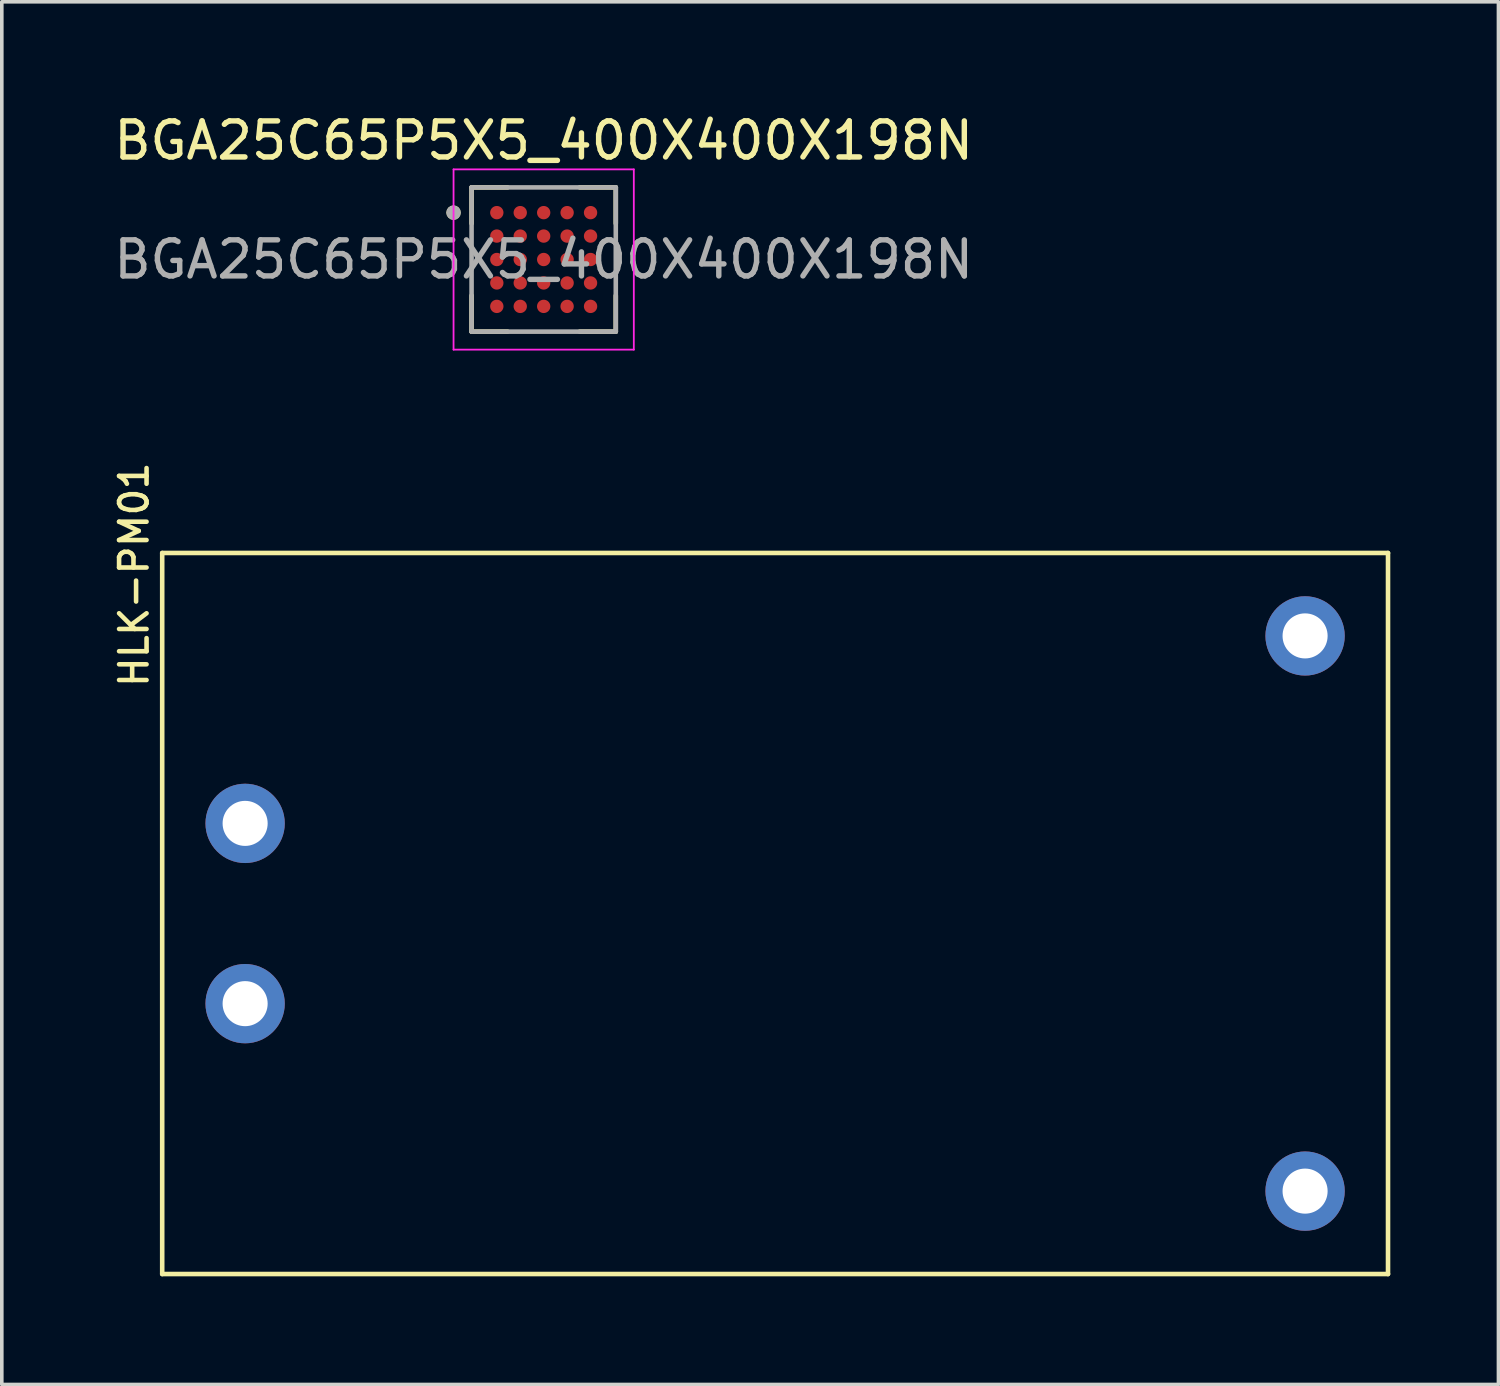
<source format=kicad_pcb>
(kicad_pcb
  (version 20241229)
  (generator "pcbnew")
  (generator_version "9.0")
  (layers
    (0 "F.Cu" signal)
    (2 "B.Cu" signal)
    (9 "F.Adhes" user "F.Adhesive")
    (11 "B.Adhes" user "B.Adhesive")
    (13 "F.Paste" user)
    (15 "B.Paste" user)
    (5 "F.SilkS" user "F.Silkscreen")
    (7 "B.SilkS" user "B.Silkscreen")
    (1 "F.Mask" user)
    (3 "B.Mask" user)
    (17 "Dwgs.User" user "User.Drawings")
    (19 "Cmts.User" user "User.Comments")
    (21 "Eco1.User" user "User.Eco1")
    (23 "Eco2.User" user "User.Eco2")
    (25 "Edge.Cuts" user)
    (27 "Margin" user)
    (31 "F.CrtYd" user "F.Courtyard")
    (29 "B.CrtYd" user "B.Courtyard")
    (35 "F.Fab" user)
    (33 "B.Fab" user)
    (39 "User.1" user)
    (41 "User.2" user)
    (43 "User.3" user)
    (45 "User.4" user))
  (footprint "BGA25C65P5X5_400X400X198N"
    (layer "F.Cu")
    (at 12.03 4.148)
    (property "Reference" "BGA25C65P5X5_400X400X198N" (at 0 -3.3 0) (layer "F.SilkS") (effects (font (size 1 1) (thickness 0.15))))
    (attr smd)
    (fp_line (start -2 -2) (end -2 -1) (stroke (width 0.127) (type solid)) (layer "F.SilkS"))
    (fp_line (start -2 -2) (end -1 -2) (stroke (width 0.127) (type solid)) (layer "F.SilkS"))
    (fp_line (start -2 2) (end -2 1) (stroke (width 0.127) (type solid)) (layer "F.SilkS"))
    (fp_line (start -2 2) (end -1 2) (stroke (width 0.127) (type solid)) (layer "F.SilkS"))
    (fp_line (start 2 -2) (end 1 -2) (stroke (width 0.127) (type solid)) (layer "F.SilkS"))
    (fp_line (start 2 -2) (end 2 -1) (stroke (width 0.127) (type solid)) (layer "F.SilkS"))
    (fp_line (start 2 2) (end 1 2) (stroke (width 0.127) (type solid)) (layer "F.SilkS"))
    (fp_line (start 2 2) (end 2 1) (stroke (width 0.127) (type solid)) (layer "F.SilkS"))
    (fp_circle (center -2.5 -1.3) (end -2.4 -1.3) (stroke (width 0.2) (type solid)) (fill no) (layer "F.SilkS"))
    (fp_line (start -2.5 -2.5) (end 2.5 -2.5) (stroke (width 0.05) (type solid)) (layer "F.CrtYd"))
    (fp_line (start -2.5 2.5) (end -2.5 -2.5) (stroke (width 0.05) (type solid)) (layer "F.CrtYd"))
    (fp_line (start -2.5 2.5) (end 2.5 2.5) (stroke (width 0.05) (type solid)) (layer "F.CrtYd"))
    (fp_line (start 2.5 2.5) (end 2.5 -2.5) (stroke (width 0.05) (type solid)) (layer "F.CrtYd"))
    (fp_line (start -2 2) (end -2 -2) (stroke (width 0.127) (type solid)) (layer "F.Fab"))
    (fp_line (start 2 -2) (end -2 -2) (stroke (width 0.127) (type solid)) (layer "F.Fab"))
    (fp_line (start 2 2) (end -2 2) (stroke (width 0.127) (type solid)) (layer "F.Fab"))
    (fp_line (start 2 2) (end 2 -2) (stroke (width 0.127) (type solid)) (layer "F.Fab"))
    (fp_circle (center -2.5 -1.3) (end -2.4 -1.3) (stroke (width 0.2) (type solid)) (fill no) (layer "F.Fab"))
    (fp_text user "${REFERENCE}" (at 0 0 0) (layer "F.Fab") (effects (font (size 1 1) (thickness 0.15))))
    (pad "A1" smd circle (at -1.3 -1.3) (size 0.37 0.37) (layers "F.Cu" "F.Mask" "F.Paste"))
    (pad "A2" smd circle (at -0.65 -1.3) (size 0.37 0.37) (layers "F.Cu" "F.Mask" "F.Paste"))
    (pad "A3" smd circle (at 0 -1.3) (size 0.37 0.37) (layers "F.Cu" "F.Mask" "F.Paste"))
    (pad "A4" smd circle (at 0.65 -1.3) (size 0.37 0.37) (layers "F.Cu" "F.Mask" "F.Paste"))
    (pad "A5" smd circle (at 1.3 -1.3) (size 0.37 0.37) (layers "F.Cu" "F.Mask" "F.Paste"))
    (pad "B1" smd circle (at -1.3 -0.65) (size 0.37 0.37) (layers "F.Cu" "F.Mask" "F.Paste"))
    (pad "B2" smd circle (at -0.65 -0.65) (size 0.37 0.37) (layers "F.Cu" "F.Mask" "F.Paste"))
    (pad "B3" smd circle (at 0 -0.65) (size 0.37 0.37) (layers "F.Cu" "F.Mask" "F.Paste"))
    (pad "B4" smd circle (at 0.65 -0.65) (size 0.37 0.37) (layers "F.Cu" "F.Mask" "F.Paste"))
    (pad "B5" smd circle (at 1.3 -0.65) (size 0.37 0.37) (layers "F.Cu" "F.Mask" "F.Paste"))
    (pad "C1" smd circle (at -1.3 0) (size 0.37 0.37) (layers "F.Cu" "F.Mask" "F.Paste"))
    (pad "C2" smd circle (at -0.65 0) (size 0.37 0.37) (layers "F.Cu" "F.Mask" "F.Paste"))
    (pad "C3" smd circle (at 0 0) (size 0.37 0.37) (layers "F.Cu" "F.Mask" "F.Paste"))
    (pad "C4" smd circle (at 0.65 0) (size 0.37 0.37) (layers "F.Cu" "F.Mask" "F.Paste"))
    (pad "C5" smd circle (at 1.3 0) (size 0.37 0.37) (layers "F.Cu" "F.Mask" "F.Paste"))
    (pad "D1" smd circle (at -1.3 0.65) (size 0.37 0.37) (layers "F.Cu" "F.Mask" "F.Paste"))
    (pad "D2" smd circle (at -0.65 0.65) (size 0.37 0.37) (layers "F.Cu" "F.Mask" "F.Paste"))
    (pad "D3" smd circle (at 0 0.65) (size 0.37 0.37) (layers "F.Cu" "F.Mask" "F.Paste"))
    (pad "D4" smd circle (at 0.65 0.65) (size 0.37 0.37) (layers "F.Cu" "F.Mask" "F.Paste"))
    (pad "D5" smd circle (at 1.3 0.65) (size 0.37 0.37) (layers "F.Cu" "F.Mask" "F.Paste"))
    (pad "E1" smd circle (at -1.3 1.3) (size 0.37 0.37) (layers "F.Cu" "F.Mask" "F.Paste"))
    (pad "E2" smd circle (at -0.65 1.3) (size 0.37 0.37) (layers "F.Cu" "F.Mask" "F.Paste"))
    (pad "E3" smd circle (at 0 1.3) (size 0.37 0.37) (layers "F.Cu" "F.Mask" "F.Paste"))
    (pad "E4" smd circle (at 0.65 1.3) (size 0.37 0.37) (layers "F.Cu" "F.Mask" "F.Paste"))
    (pad "E5" smd circle (at 1.3 1.3) (size 0.37 0.37) (layers "F.Cu" "F.Mask" "F.Paste")))
  (footprint "HLK-PM01"
    (layer "F.Cu")
    (at 18.449 22.288)
    (property "Reference" "HLK-PM01" (at -17.78 -9.398 90) (layer "F.SilkS") (effects (font (size 0.762 0.762) (thickness 0.127))))
    (attr through_hole)
    (fp_line (start -17 -10) (end -17 10) (stroke (width 0.127) (type solid)) (layer "F.SilkS"))
    (fp_line (start -17 10) (end 17 10) (stroke (width 0.127) (type solid)) (layer "F.SilkS"))
    (fp_line (start 17 -10) (end -17 -10) (stroke (width 0.127) (type solid)) (layer "F.SilkS"))
    (fp_line (start 17 10) (end 17 -10) (stroke (width 0.127) (type solid)) (layer "F.SilkS"))
    (pad "1" thru_hole circle (at -14.7 -2.5) (size 2.2 2.2) (drill 1.25) (layers "*.Cu" "*.Mask"))
    (pad "2" thru_hole circle (at -14.7 2.5) (size 2.2 2.2) (drill 1.25) (layers "*.Cu" "*.Mask"))
    (pad "3" thru_hole circle (at 14.7 -7.7) (size 2.2 2.2) (drill 1.25) (layers "*.Cu" "*.Mask"))
    (pad "4" thru_hole circle (at 14.7 7.7) (size 2.2 2.2) (drill 1.25) (layers "*.Cu" "*.Mask")))
  (gr_rect
    (start -3 -3)
    (end 38.512 35.351)
    (stroke (width 0.1) (type default))
    (fill no)
    (layer "Edge.Cuts")))
</source>
